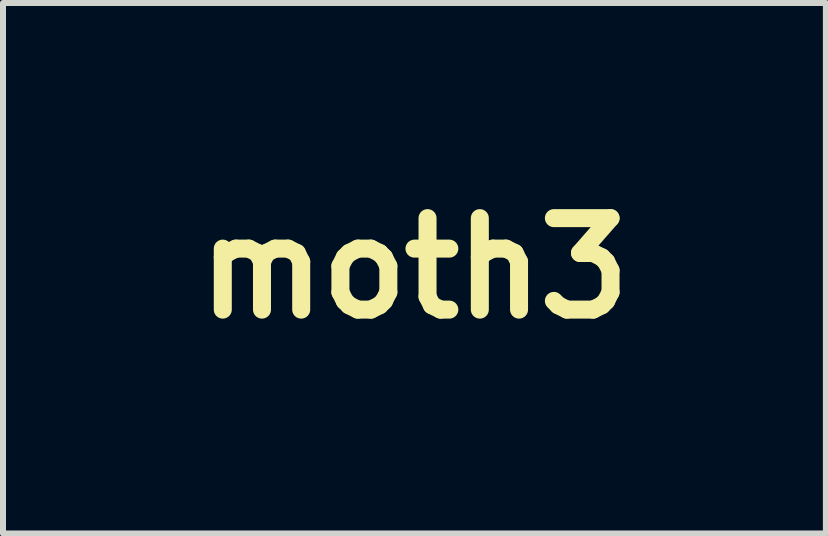
<source format=kicad_pcb>
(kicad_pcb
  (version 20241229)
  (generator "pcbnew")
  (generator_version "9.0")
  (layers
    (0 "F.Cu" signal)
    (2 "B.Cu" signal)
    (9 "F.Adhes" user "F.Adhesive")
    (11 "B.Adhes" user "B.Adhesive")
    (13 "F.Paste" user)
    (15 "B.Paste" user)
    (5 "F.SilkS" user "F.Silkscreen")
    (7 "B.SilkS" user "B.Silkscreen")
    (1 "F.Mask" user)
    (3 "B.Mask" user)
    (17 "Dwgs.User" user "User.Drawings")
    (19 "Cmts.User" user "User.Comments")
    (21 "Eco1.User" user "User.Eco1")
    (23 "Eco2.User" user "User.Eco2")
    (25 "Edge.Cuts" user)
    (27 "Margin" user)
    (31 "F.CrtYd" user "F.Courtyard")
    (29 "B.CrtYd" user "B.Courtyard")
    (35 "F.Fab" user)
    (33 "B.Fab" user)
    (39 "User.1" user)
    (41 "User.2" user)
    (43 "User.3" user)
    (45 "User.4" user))
  (footprint "moth3"
    (layer "F.Cu")
    (at 3.854 1.418)
    (property "Reference" "moth3" (at 0 0 0) (layer "F.SilkS") (effects (font (size 1.524 1.524) (thickness 0.3))))
    (attr through_hole)
    (fp_poly (pts (xy -0.318 -0.399) (xy -0.321 -0.395) (xy -0.325 -0.399) (xy -0.321 -0.402) (xy -0.318 -0.399)) (stroke (width 0.01) (type solid)) (fill no) (layer "Eco2.User"))
    (fp_poly (pts (xy -0.296 -0.3) (xy -0.3 -0.296) (xy -0.303 -0.3) (xy -0.3 -0.303) (xy -0.296 -0.3)) (stroke (width 0.01) (type solid)) (fill no) (layer "Eco2.User"))
    (fp_poly (pts (xy -0.275 -0.222) (xy -0.279 -0.219) (xy -0.282 -0.222) (xy -0.279 -0.226) (xy -0.275 -0.222)) (stroke (width 0.01) (type solid)) (fill no) (layer "Eco2.User"))
    (fp_poly (pts (xy -0.268 -0.046) (xy -0.272 -0.042) (xy -0.275 -0.046) (xy -0.272 -0.049) (xy -0.268 -0.046)) (stroke (width 0.01) (type solid)) (fill no) (layer "Eco2.User"))
    (fp_poly (pts (xy -0.094 -0.717) (xy -0.095 -0.713) (xy -0.099 -0.713) (xy -0.105 -0.715) (xy -0.103 -0.717) (xy -0.095 -0.718) (xy -0.094 -0.717)) (stroke (width 0.01) (type solid)) (fill no) (layer "Eco2.User"))
    (fp_poly (pts (xy 0.266 -0.103) (xy 0.265 -0.099) (xy 0.261 -0.099) (xy 0.255 -0.101) (xy 0.256 -0.103) (xy 0.265 -0.104) (xy 0.266 -0.103)) (stroke (width 0.01) (type solid)) (fill no) (layer "Eco2.User"))
    (fp_poly (pts (xy 0.287 -0.188) (xy 0.285 -0.185) (xy 0.278 -0.184) (xy 0.271 -0.186) (xy 0.274 -0.188) (xy 0.285 -0.189) (xy 0.287 -0.188)) (stroke (width 0.01) (type solid)) (fill no) (layer "Eco2.User"))
    (fp_poly (pts (xy 0.301 -0.238) (xy 0.3 -0.233) (xy 0.296 -0.233) (xy 0.291 -0.235) (xy 0.292 -0.238) (xy 0.3 -0.238) (xy 0.301 -0.238)) (stroke (width 0.01) (type solid)) (fill no) (layer "Eco2.User"))
    (fp_poly (pts (xy 0.323 -0.371) (xy 0.321 -0.368) (xy 0.313 -0.367) (xy 0.306 -0.369) (xy 0.309 -0.372) (xy 0.32 -0.373) (xy 0.323 -0.371)) (stroke (width 0.01) (type solid)) (fill no) (layer "Eco2.User"))
    (fp_poly (pts (xy -0.305 -0.375) (xy -0.303 -0.367) (xy -0.307 -0.355) (xy -0.316 -0.354) (xy -0.32 -0.357) (xy -0.325 -0.369) (xy -0.321 -0.379) (xy -0.314 -0.381) (xy -0.305 -0.375)) (stroke (width 0.01) (type solid)) (fill no) (layer "Eco2.User"))
    (fp_poly (pts (xy -0.304 -0.333) (xy -0.303 -0.332) (xy -0.309 -0.325) (xy -0.31 -0.325) (xy -0.317 -0.33) (xy -0.318 -0.332) (xy -0.312 -0.338) (xy -0.31 -0.339) (xy -0.304 -0.333)) (stroke (width 0.01) (type solid)) (fill no) (layer "Eco2.User"))
    (fp_poly (pts (xy -0.245 -0.076) (xy -0.25 -0.064) (xy -0.257 -0.053) (xy -0.261 -0.054) (xy -0.264 -0.06) (xy -0.264 -0.074) (xy -0.257 -0.083) (xy -0.248 -0.084) (xy -0.245 -0.076)) (stroke (width 0.01) (type solid)) (fill no) (layer "Eco2.User"))
    (fp_poly (pts (xy -0.231 -0.119) (xy -0.226 -0.114) (xy -0.231 -0.106) (xy -0.243 -0.102) (xy -0.25 -0.104) (xy -0.251 -0.112) (xy -0.25 -0.114) (xy -0.241 -0.119) (xy -0.231 -0.119)) (stroke (width 0.01) (type solid)) (fill no) (layer "Eco2.User"))
    (fp_poly (pts (xy 0.281 -0.079) (xy 0.282 -0.074) (xy 0.279 -0.065) (xy 0.276 -0.064) (xy 0.268 -0.069) (xy 0.266 -0.074) (xy 0.267 -0.083) (xy 0.272 -0.085) (xy 0.281 -0.079)) (stroke (width 0.01) (type solid)) (fill no) (layer "Eco2.User"))
    (fp_poly (pts (xy 0.296 -0.213) (xy 0.296 -0.212) (xy 0.291 -0.205) (xy 0.289 -0.205) (xy 0.282 -0.21) (xy 0.282 -0.212) (xy 0.288 -0.219) (xy 0.289 -0.219) (xy 0.296 -0.213)) (stroke (width 0.01) (type solid)) (fill no) (layer "Eco2.User"))
    (fp_poly (pts (xy 0.315 -0.265) (xy 0.314 -0.261) (xy 0.305 -0.254) (xy 0.303 -0.254) (xy 0.297 -0.259) (xy 0.296 -0.261) (xy 0.302 -0.267) (xy 0.307 -0.268) (xy 0.315 -0.265)) (stroke (width 0.01) (type solid)) (fill no) (layer "Eco2.User"))
    (fp_poly (pts (xy -0.292 -0.275) (xy -0.286 -0.265) (xy -0.287 -0.251) (xy -0.289 -0.247) (xy -0.296 -0.244) (xy -0.303 -0.25) (xy -0.309 -0.259) (xy -0.303 -0.261) (xy -0.302 -0.261) (xy -0.296 -0.262) (xy -0.302 -0.267) (xy -0.308 -0.273) (xy -0.301 -0.277) (xy -0.292 -0.275)) (stroke (width 0.01) (type solid)) (fill no) (layer "Eco2.User"))
    (fp_poly (pts (xy 0.034 -0.726) (xy 0.048 -0.725) (xy 0.057 -0.724) (xy 0.053 -0.723) (xy 0.038 -0.723) (xy 0.012 -0.722) (xy 0.007 -0.722) (xy -0.02 -0.723) (xy -0.037 -0.723) (xy -0.043 -0.724) (xy -0.036 -0.725) (xy -0.034 -0.725) (xy -0.001 -0.726) (xy 0.034 -0.726)) (stroke (width 0.01) (type solid)) (fill no) (layer "Eco2.User"))
    (fp_poly (pts (xy 0.322 -0.35) (xy 0.323 -0.349) (xy 0.323 -0.343) (xy 0.319 -0.341) (xy 0.314 -0.335) (xy 0.318 -0.328) (xy 0.322 -0.315) (xy 0.317 -0.305) (xy 0.31 -0.303) (xy 0.305 -0.31) (xy 0.303 -0.324) (xy 0.306 -0.341) (xy 0.313 -0.351) (xy 0.322 -0.35)) (stroke (width 0.01) (type solid)) (fill no) (layer "Eco2.User"))
    (fp_poly (pts (xy 0.036 -0.182) (xy 0.04 -0.182) (xy 0.087 -0.179) (xy 0.122 -0.175) (xy 0.145 -0.169) (xy 0.148 -0.167) (xy 0.173 -0.156) (xy 0.145 -0.161) (xy 0.125 -0.163) (xy 0.096 -0.164) (xy 0.061 -0.165) (xy 0.022 -0.166) (xy -0.016 -0.165) (xy -0.05 -0.164) (xy -0.078 -0.163) (xy -0.096 -0.161) (xy -0.099 -0.16) (xy -0.111 -0.157) (xy -0.11 -0.159) (xy -0.103 -0.165) (xy -0.089 -0.174) (xy -0.071 -0.179) (xy -0.045 -0.182) (xy -0.011 -0.183) (xy 0.036 -0.182)) (stroke (width 0.01) (type solid)) (fill no) (layer "Eco2.User"))
    (fp_poly (pts (xy -2.067 -1.196) (xy -1.954 -1.183) (xy -1.833 -1.162) (xy -1.701 -1.131) (xy -1.559 -1.091) (xy -1.407 -1.043) (xy -1.298 -1.005) (xy -1.25 -0.988) (xy -1.192 -0.968) (xy -1.131 -0.946) (xy -1.07 -0.925) (xy -1.015 -0.906) (xy -1.012 -0.905) (xy -0.878 -0.855) (xy -0.741 -0.795) (xy -0.606 -0.726) (xy -0.476 -0.652) (xy -0.397 -0.602) (xy -0.367 -0.583) (xy -0.341 -0.566) (xy -0.321 -0.553) (xy -0.309 -0.547) (xy -0.308 -0.546) (xy -0.3 -0.55) (xy -0.291 -0.568) (xy -0.286 -0.579) (xy -0.279 -0.6) (xy -0.277 -0.612) (xy -0.28 -0.621) (xy -0.288 -0.63) (xy -0.3 -0.646) (xy -0.315 -0.667) (xy -0.32 -0.675) (xy -0.337 -0.697) (xy -0.358 -0.716) (xy -0.365 -0.72) (xy -0.402 -0.746) (xy -0.432 -0.777) (xy -0.454 -0.808) (xy -0.462 -0.825) (xy -0.468 -0.846) (xy -0.475 -0.875) (xy -0.477 -0.881) (xy -0.456 -0.881) (xy -0.452 -0.864) (xy -0.448 -0.848) (xy -0.429 -0.807) (xy -0.4 -0.772) (xy -0.358 -0.742) (xy -0.356 -0.74) (xy -0.329 -0.722) (xy -0.31 -0.703) (xy -0.306 -0.696) (xy -0.293 -0.673) (xy -0.28 -0.653) (xy -0.269 -0.64) (xy -0.262 -0.635) (xy -0.255 -0.641) (xy -0.244 -0.653) (xy -0.241 -0.657) (xy -0.224 -0.678) (xy -0.239 -0.694) (xy -0.252 -0.705) (xy -0.274 -0.719) (xy -0.301 -0.736) (xy -0.322 -0.748) (xy -0.363 -0.772) (xy -0.393 -0.793) (xy -0.415 -0.813) (xy -0.43 -0.834) (xy -0.441 -0.857) (xy -0.45 -0.878) (xy -0.455 -0.886) (xy -0.456 -0.881) (xy -0.477 -0.881) (xy -0.484 -0.91) (xy -0.49 -0.935) (xy -0.498 -0.97) (xy -0.507 -1.003) (xy -0.51 -1.016) (xy -0.487 -1.016) (xy -0.484 -1.01) (xy -0.482 -1.011) (xy -0.481 -1.02) (xy -0.482 -1.021) (xy -0.486 -1.02) (xy -0.487 -1.016) (xy -0.51 -1.016) (xy -0.514 -1.03) (xy -0.516 -1.037) (xy -0.494 -1.037) (xy -0.491 -1.031) (xy -0.489 -1.032) (xy -0.488 -1.041) (xy -0.489 -1.042) (xy -0.493 -1.041) (xy -0.494 -1.037) (xy -0.516 -1.037) (xy -0.518 -1.044) (xy -0.525 -1.064) (xy -0.529 -1.08) (xy -0.529 -1.084) (xy -0.524 -1.092) (xy -0.512 -1.093) (xy -0.497 -1.085) (xy -0.489 -1.078) (xy -0.478 -1.065) (xy -0.47 -1.05) (xy -0.462 -1.029) (xy -0.454 -1) (xy -0.445 -0.96) (xy -0.444 -0.957) (xy -0.432 -0.909) (xy -0.421 -0.872) (xy -0.409 -0.844) (xy -0.393 -0.822) (xy -0.373 -0.803) (xy -0.346 -0.784) (xy -0.313 -0.766) (xy -0.286 -0.749) (xy -0.259 -0.731) (xy -0.239 -0.714) (xy -0.238 -0.714) (xy -0.222 -0.701) (xy -0.211 -0.694) (xy -0.207 -0.694) (xy -0.204 -0.704) (xy -0.203 -0.723) (xy -0.204 -0.744) (xy -0.203 -0.778) (xy -0.197 -0.806) (xy -0.191 -0.822) (xy -0.183 -0.841) (xy -0.177 -0.854) (xy -0.176 -0.857) (xy -0.182 -0.86) (xy -0.197 -0.863) (xy -0.199 -0.864) (xy -0.221 -0.871) (xy -0.242 -0.882) (xy -0.259 -0.894) (xy -0.224 -0.894) (xy -0.219 -0.888) (xy -0.216 -0.885) (xy -0.2 -0.877) (xy -0.191 -0.875) (xy -0.185 -0.877) (xy -0.19 -0.883) (xy -0.194 -0.886) (xy -0.209 -0.894) (xy -0.218 -0.896) (xy -0.224 -0.894) (xy -0.259 -0.894) (xy -0.26 -0.895) (xy -0.268 -0.903) (xy -0.185 -0.903) (xy -0.182 -0.897) (xy -0.174 -0.893) (xy -0.17 -0.899) (xy -0.171 -0.912) (xy -0.173 -0.915) (xy -0.177 -0.923) (xy -0.183 -0.918) (xy -0.183 -0.917) (xy -0.185 -0.903) (xy -0.268 -0.903) (xy -0.271 -0.907) (xy -0.219 -0.907) (xy -0.215 -0.903) (xy -0.212 -0.907) (xy -0.215 -0.91) (xy -0.219 -0.907) (xy -0.271 -0.907) (xy -0.271 -0.907) (xy -0.272 -0.914) (xy -0.273 -0.925) (xy -0.279 -0.945) (xy -0.289 -0.971) (xy -0.297 -0.99) (xy -0.31 -1.021) (xy -0.323 -1.052) (xy -0.332 -1.076) (xy -0.335 -1.085) (xy -0.315 -1.085) (xy -0.314 -1.076) (xy -0.308 -1.067) (xy -0.299 -1.051) (xy -0.292 -1.03) (xy -0.292 -1.03) (xy -0.285 -1.008) (xy -0.274 -0.991) (xy -0.274 -0.991) (xy -0.266 -0.979) (xy -0.265 -0.972) (xy -0.264 -0.964) (xy -0.258 -0.95) (xy -0.248 -0.935) (xy -0.238 -0.924) (xy -0.237 -0.923) (xy -0.229 -0.921) (xy -0.228 -0.928) (xy -0.233 -0.941) (xy -0.239 -0.95) (xy -0.245 -0.962) (xy -0.217 -0.962) (xy -0.216 -0.951) (xy -0.211 -0.937) (xy -0.204 -0.926) (xy -0.201 -0.924) (xy -0.201 -0.93) (xy -0.205 -0.944) (xy -0.206 -0.947) (xy -0.212 -0.96) (xy -0.216 -0.963) (xy -0.217 -0.962) (xy -0.245 -0.962) (xy -0.249 -0.968) (xy -0.26 -0.991) (xy -0.24 -0.991) (xy -0.236 -0.988) (xy -0.233 -0.991) (xy -0.236 -0.995) (xy -0.24 -0.991) (xy -0.26 -0.991) (xy -0.26 -0.993) (xy -0.268 -1.012) (xy -0.28 -1.042) (xy -0.292 -1.065) (xy -0.303 -1.081) (xy -0.312 -1.086) (xy -0.315 -1.085) (xy -0.335 -1.085) (xy -0.335 -1.085) (xy -0.344 -1.108) (xy -0.354 -1.129) (xy -0.356 -1.133) (xy -0.364 -1.148) (xy -0.365 -1.159) (xy -0.36 -1.157) (xy -0.347 -1.147) (xy -0.328 -1.131) (xy -0.307 -1.111) (xy -0.284 -1.089) (xy -0.262 -1.068) (xy -0.244 -1.048) (xy -0.231 -1.033) (xy -0.226 -1.025) (xy -0.226 -1.024) (xy -0.221 -1.015) (xy -0.209 -1.001) (xy -0.193 -0.985) (xy -0.178 -0.972) (xy -0.17 -0.967) (xy -0.164 -0.957) (xy -0.159 -0.939) (xy -0.157 -0.928) (xy -0.153 -0.895) (xy -0.124 -0.923) (xy -0.09 -0.953) (xy -0.058 -0.975) (xy -0.031 -0.986) (xy -0.02 -0.988) (xy -0.006 -0.985) (xy 0.012 -0.974) (xy 0.037 -0.955) (xy 0.054 -0.941) (xy 0.079 -0.919) (xy 0.097 -0.906) (xy 0.108 -0.902) (xy 0.113 -0.903) (xy 0.114 -0.904) (xy 0.119 -0.917) (xy 0.12 -0.922) (xy 0.122 -0.926) (xy 0.166 -0.926) (xy 0.169 -0.924) (xy 0.177 -0.93) (xy 0.183 -0.938) (xy 0.19 -0.953) (xy 0.188 -0.958) (xy 0.183 -0.956) (xy 0.175 -0.947) (xy 0.168 -0.936) (xy 0.166 -0.926) (xy 0.122 -0.926) (xy 0.125 -0.931) (xy 0.137 -0.945) (xy 0.14 -0.947) (xy 0.156 -0.963) (xy 0.168 -0.979) (xy 0.169 -0.98) (xy 0.177 -0.99) (xy 0.183 -0.991) (xy 0.19 -0.994) (xy 0.198 -1.006) (xy 0.201 -1.012) (xy 0.255 -1.012) (xy 0.256 -1.006) (xy 0.261 -1.011) (xy 0.265 -1.02) (xy 0.272 -1.037) (xy 0.275 -1.051) (xy 0.275 -1.051) (xy 0.272 -1.054) (xy 0.265 -1.045) (xy 0.265 -1.044) (xy 0.257 -1.026) (xy 0.255 -1.012) (xy 0.201 -1.012) (xy 0.205 -1.02) (xy 0.226 -1.02) (xy 0.229 -1.016) (xy 0.233 -1.02) (xy 0.229 -1.023) (xy 0.226 -1.02) (xy 0.205 -1.02) (xy 0.206 -1.023) (xy 0.21 -1.037) (xy 0.233 -1.037) (xy 0.235 -1.03) (xy 0.24 -1.036) (xy 0.243 -1.041) (xy 0.243 -1.048) (xy 0.24 -1.048) (xy 0.233 -1.039) (xy 0.233 -1.037) (xy 0.21 -1.037) (xy 0.211 -1.039) (xy 0.212 -1.045) (xy 0.215 -1.056) (xy 0.218 -1.058) (xy 0.225 -1.064) (xy 0.229 -1.073) (xy 0.231 -1.077) (xy 0.276 -1.077) (xy 0.277 -1.067) (xy 0.279 -1.067) (xy 0.281 -1.077) (xy 0.28 -1.081) (xy 0.277 -1.083) (xy 0.276 -1.077) (xy 0.231 -1.077) (xy 0.235 -1.083) (xy 0.238 -1.083) (xy 0.245 -1.086) (xy 0.258 -1.095) (xy 0.269 -1.105) (xy 0.285 -1.119) (xy 0.296 -1.127) (xy 0.3 -1.127) (xy 0.301 -1.119) (xy 0.299 -1.101) (xy 0.296 -1.082) (xy 0.291 -1.056) (xy 0.288 -1.032) (xy 0.286 -1.021) (xy 0.282 -1.003) (xy 0.276 -0.993) (xy 0.27 -0.98) (xy 0.268 -0.967) (xy 0.262 -0.947) (xy 0.247 -0.928) (xy 0.234 -0.913) (xy 0.226 -0.901) (xy 0.226 -0.898) (xy 0.219 -0.888) (xy 0.202 -0.878) (xy 0.178 -0.869) (xy 0.161 -0.865) (xy 0.135 -0.86) (xy 0.149 -0.83) (xy 0.158 -0.803) (xy 0.163 -0.773) (xy 0.164 -0.767) (xy 0.166 -0.747) (xy 0.168 -0.736) (xy 0.169 -0.734) (xy 0.176 -0.739) (xy 0.189 -0.75) (xy 0.197 -0.758) (xy 0.214 -0.772) (xy 0.239 -0.79) (xy 0.268 -0.808) (xy 0.28 -0.815) (xy 0.324 -0.843) (xy 0.356 -0.869) (xy 0.376 -0.896) (xy 0.387 -0.922) (xy 0.392 -0.94) (xy 0.399 -0.968) (xy 0.407 -1) (xy 0.414 -1.026) (xy 0.424 -1.06) (xy 0.446 -1.06) (xy 0.45 -1.063) (xy 0.452 -1.065) (xy 0.457 -1.08) (xy 0.458 -1.087) (xy 0.456 -1.091) (xy 0.452 -1.083) (xy 0.446 -1.068) (xy 0.446 -1.06) (xy 0.424 -1.06) (xy 0.428 -1.075) (xy 0.44 -1.104) (xy 0.459 -1.104) (xy 0.462 -1.101) (xy 0.466 -1.104) (xy 0.462 -1.108) (xy 0.459 -1.104) (xy 0.44 -1.104) (xy 0.443 -1.11) (xy 0.459 -1.133) (xy 0.475 -1.142) (xy 0.48 -1.143) (xy 0.489 -1.141) (xy 0.493 -1.135) (xy 0.492 -1.121) (xy 0.485 -1.097) (xy 0.48 -1.082) (xy 0.473 -1.056) (xy 0.464 -1.022) (xy 0.455 -0.986) (xy 0.452 -0.974) (xy 0.444 -0.94) (xy 0.436 -0.908) (xy 0.429 -0.882) (xy 0.426 -0.874) (xy 0.411 -0.844) (xy 0.384 -0.812) (xy 0.35 -0.783) (xy 0.329 -0.769) (xy 0.31 -0.753) (xy 0.29 -0.731) (xy 0.281 -0.719) (xy 0.267 -0.698) (xy 0.253 -0.681) (xy 0.246 -0.675) (xy 0.239 -0.669) (xy 0.237 -0.662) (xy 0.242 -0.652) (xy 0.254 -0.635) (xy 0.261 -0.627) (xy 0.278 -0.601) (xy 0.293 -0.573) (xy 0.301 -0.555) (xy 0.308 -0.536) (xy 0.313 -0.528) (xy 0.318 -0.53) (xy 0.32 -0.532) (xy 0.331 -0.543) (xy 0.353 -0.559) (xy 0.383 -0.58) (xy 0.419 -0.604) (xy 0.46 -0.63) (xy 0.502 -0.656) (xy 0.545 -0.681) (xy 0.586 -0.704) (xy 0.594 -0.708) (xy 0.699 -0.763) (xy 0.794 -0.81) (xy 0.879 -0.848) (xy 0.953 -0.878) (xy 0.988 -0.89) (xy 1.034 -0.905) (xy 1.084 -0.922) (xy 1.133 -0.939) (xy 1.175 -0.954) (xy 1.178 -0.955) (xy 1.26 -0.984) (xy 1.331 -1.009) (xy 1.391 -1.03) (xy 1.443 -1.048) (xy 1.489 -1.063) (xy 1.529 -1.076) (xy 1.566 -1.087) (xy 1.602 -1.097) (xy 1.627 -1.104) (xy 1.713 -1.128) (xy 1.789 -1.147) (xy 1.856 -1.162) (xy 1.917 -1.174) (xy 1.973 -1.183) (xy 2.029 -1.19) (xy 2.085 -1.194) (xy 2.144 -1.197) (xy 2.155 -1.197) (xy 2.202 -1.198) (xy 2.238 -1.199) (xy 2.267 -1.198) (xy 2.291 -1.196) (xy 2.315 -1.193) (xy 2.343 -1.187) (xy 2.367 -1.182) (xy 2.443 -1.162) (xy 2.505 -1.141) (xy 2.553 -1.118) (xy 2.587 -1.093) (xy 2.607 -1.067) (xy 2.608 -1.066) (xy 2.616 -1.033) (xy 2.613 -0.992) (xy 2.6 -0.944) (xy 2.577 -0.89) (xy 2.544 -0.83) (xy 2.501 -0.766) (xy 2.449 -0.698) (xy 2.398 -0.637) (xy 2.371 -0.606) (xy 2.343 -0.573) (xy 2.319 -0.544) (xy 2.303 -0.524) (xy 2.284 -0.502) (xy 2.259 -0.473) (xy 2.23 -0.441) (xy 2.2 -0.408) (xy 2.191 -0.399) (xy 2.161 -0.367) (xy 2.138 -0.344) (xy 2.118 -0.326) (xy 2.1 -0.313) (xy 2.079 -0.301) (xy 2.055 -0.289) (xy 2.013 -0.27) (xy 1.98 -0.255) (xy 1.951 -0.245) (xy 1.921 -0.237) (xy 1.888 -0.23) (xy 1.88 -0.228) (xy 1.847 -0.223) (xy 1.802 -0.218) (xy 1.751 -0.213) (xy 1.695 -0.208) (xy 1.64 -0.204) (xy 1.587 -0.2) (xy 1.54 -0.198) (xy 1.512 -0.198) (xy 1.479 -0.197) (xy 1.457 -0.194) (xy 1.447 -0.191) (xy 1.449 -0.186) (xy 1.464 -0.181) (xy 1.491 -0.17) (xy 1.527 -0.151) (xy 1.568 -0.125) (xy 1.613 -0.094) (xy 1.659 -0.058) (xy 1.705 -0.02) (xy 1.748 0.018) (xy 1.762 0.032) (xy 1.796 0.066) (xy 1.82 0.093) (xy 1.837 0.116) (xy 1.848 0.137) (xy 1.853 0.158) (xy 1.855 0.182) (xy 1.856 0.192) (xy 1.85 0.221) (xy 1.832 0.256) (xy 1.802 0.298) (xy 1.76 0.347) (xy 1.707 0.403) (xy 1.701 0.409) (xy 1.653 0.455) (xy 1.611 0.491) (xy 1.571 0.52) (xy 1.53 0.545) (xy 1.485 0.568) (xy 1.462 0.577) (xy 1.433 0.588) (xy 1.404 0.598) (xy 1.382 0.603) (xy 1.354 0.607) (xy 1.325 0.613) (xy 1.319 0.614) (xy 1.288 0.619) (xy 1.245 0.625) (xy 1.196 0.63) (xy 1.142 0.634) (xy 1.088 0.638) (xy 1.037 0.641) (xy 0.993 0.642) (xy 0.984 0.642) (xy 0.915 0.64) (xy 0.858 0.635) (xy 0.807 0.625) (xy 0.761 0.61) (xy 0.716 0.588) (xy 0.668 0.56) (xy 0.661 0.555) (xy 0.609 0.515) (xy 0.555 0.466) (xy 0.504 0.411) (xy 0.46 0.355) (xy 0.452 0.343) (xy 0.433 0.318) (xy 0.411 0.29) (xy 0.4 0.276) (xy 0.37 0.243) (xy 0.37 0.423) (xy 0.37 0.483) (xy 0.37 0.53) (xy 0.369 0.568) (xy 0.367 0.598) (xy 0.364 0.623) (xy 0.361 0.646) (xy 0.357 0.663) (xy 0.342 0.73) (xy 0.327 0.787) (xy 0.312 0.837) (xy 0.295 0.886) (xy 0.274 0.935) (xy 0.248 0.99) (xy 0.221 1.046) (xy 0.19 1.105) (xy 0.16 1.159) (xy 0.132 1.205) (xy 0.106 1.242) (xy 0.085 1.269) (xy 0.078 1.275) (xy 0.041 1.301) (xy 0.001 1.314) (xy -0.039 1.315) (xy -0.042 1.314) (xy -0.061 1.307) (xy -0.085 1.291) (xy -0.114 1.269) (xy -0.143 1.242) (xy -0.168 1.217) (xy -0.19 1.19) (xy -0.214 1.154) (xy -0.239 1.113) (xy -0.263 1.07) (xy -0.284 1.029) (xy -0.295 1.002) (xy -0.319 0.931) (xy -0.34 0.852) (xy -0.356 0.773) (xy -0.365 0.717) (xy -0.369 0.672) (xy -0.372 0.618) (xy -0.374 0.558) (xy -0.375 0.495) (xy -0.375 0.434) (xy -0.374 0.378) (xy -0.372 0.331) (xy -0.37 0.314) (xy -0.368 0.289) (xy -0.367 0.275) (xy -0.37 0.271) (xy -0.375 0.273) (xy -0.378 0.275) (xy -0.387 0.286) (xy -0.402 0.304) (xy -0.42 0.328) (xy -0.428 0.34) (xy -0.46 0.382) (xy -0.499 0.426) (xy -0.541 0.47) (xy -0.583 0.51) (xy -0.624 0.543) (xy -0.657 0.567) (xy -0.701 0.592) (xy -0.741 0.611) (xy -0.781 0.624) (xy -0.825 0.633) (xy -0.876 0.638) (xy -0.924 0.64) (xy -0.969 0.641) (xy -1.021 0.64) (xy -1.077 0.637) (xy -1.133 0.634) (xy -1.187 0.629) (xy -1.235 0.624) (xy -1.275 0.619) (xy -1.298 0.614) (xy -1.321 0.609) (xy -1.348 0.605) (xy -1.357 0.603) (xy -1.391 0.595) (xy -1.434 0.58) (xy -1.481 0.559) (xy -1.529 0.533) (xy -1.54 0.527) (xy -1.566 0.509) (xy -1.598 0.484) (xy -1.633 0.454) (xy -1.67 0.42) (xy -1.705 0.386) (xy -1.736 0.355) (xy -1.759 0.328) (xy -1.768 0.316) (xy -1.78 0.298) (xy -1.79 0.286) (xy -1.793 0.282) (xy -1.798 0.275) (xy -1.808 0.259) (xy -1.817 0.245) (xy -1.828 0.222) (xy -1.833 0.203) (xy -1.833 0.187) (xy -1.813 0.187) (xy -1.812 0.204) (xy -1.808 0.219) (xy -1.8 0.236) (xy -1.785 0.258) (xy -1.762 0.287) (xy -1.76 0.29) (xy -1.721 0.335) (xy -1.679 0.38) (xy -1.634 0.423) (xy -1.59 0.462) (xy -1.548 0.495) (xy -1.51 0.52) (xy -1.479 0.536) (xy -1.461 0.543) (xy -1.438 0.553) (xy -1.428 0.558) (xy -1.395 0.569) (xy -1.349 0.58) (xy -1.295 0.59) (xy -1.233 0.598) (xy -1.167 0.605) (xy -1.099 0.609) (xy -1.031 0.612) (xy -0.966 0.613) (xy -0.906 0.612) (xy -0.854 0.608) (xy -0.822 0.603) (xy -0.766 0.589) (xy -0.71 0.565) (xy -0.652 0.529) (xy -0.62 0.507) (xy -0.576 0.471) (xy -0.533 0.43) (xy -0.489 0.381) (xy -0.442 0.322) (xy -0.419 0.293) (xy -0.395 0.261) (xy -0.378 0.237) (xy -0.366 0.216) (xy -0.357 0.196) (xy -0.349 0.172) (xy -0.34 0.14) (xy -0.335 0.122) (xy -0.326 0.088) (xy -0.318 0.057) (xy -0.311 0.034) (xy -0.307 0.02) (xy -0.307 0.019) (xy -0.306 0.009) (xy -0.31 0.007) (xy -0.317 0.002) (xy -0.318 0) (xy -0.312 -0.006) (xy -0.306 -0.007) (xy -0.299 -0.009) (xy -0.302 -0.015) (xy -0.309 -0.023) (xy -0.322 -0.039) (xy -0.323 -0.047) (xy -0.314 -0.05) (xy -0.312 -0.05) (xy -0.307 -0.052) (xy -0.312 -0.06) (xy -0.323 -0.07) (xy -0.339 -0.085) (xy -0.345 -0.095) (xy -0.342 -0.098) (xy -0.335 -0.096) (xy -0.325 -0.094) (xy -0.326 -0.097) (xy -0.336 -0.104) (xy -0.345 -0.109) (xy -0.366 -0.122) (xy -0.385 -0.137) (xy -0.385 -0.138) (xy -0.405 -0.15) (xy -0.424 -0.155) (xy -0.442 -0.158) (xy -0.447 -0.164) (xy -0.44 -0.172) (xy -0.432 -0.175) (xy -0.419 -0.18) (xy -0.419 -0.182) (xy -0.429 -0.183) (xy -0.441 -0.186) (xy -0.442 -0.194) (xy -0.441 -0.199) (xy -0.444 -0.201) (xy -0.453 -0.201) (xy -0.47 -0.199) (xy -0.497 -0.194) (xy -0.519 -0.19) (xy -0.536 -0.188) (xy -0.566 -0.186) (xy -0.606 -0.184) (xy -0.655 -0.182) (xy -0.711 -0.181) (xy -0.773 -0.18) (xy -0.837 -0.179) (xy -0.904 -0.178) (xy -0.97 -0.178) (xy -1.034 -0.178) (xy -1.094 -0.178) (xy -1.149 -0.179) (xy -1.197 -0.18) (xy -1.235 -0.182) (xy -1.365 -0.188) (xy -1.446 -0.15) (xy -1.537 -0.102) (xy -1.621 -0.048) (xy -1.695 0.012) (xy -1.721 0.037) (xy -1.764 0.083) (xy -1.793 0.124) (xy -1.809 0.16) (xy -1.813 0.187) (xy -1.833 0.187) (xy -1.833 0.18) (xy -1.832 0.173) (xy -1.828 0.147) (xy -1.821 0.124) (xy -1.818 0.115) (xy -1.802 0.092) (xy -1.776 0.063) (xy -1.743 0.031) (xy -1.703 -0.004) (xy -1.66 -0.04) (xy -1.615 -0.075) (xy -1.57 -0.107) (xy -1.527 -0.136) (xy -1.489 -0.158) (xy -1.465 -0.17) (xy -1.444 -0.18) (xy -1.43 -0.188) (xy -1.425 -0.192) (xy -1.432 -0.195) (xy -1.449 -0.196) (xy -1.475 -0.198) (xy -1.49 -0.198) (xy -1.53 -0.199) (xy -1.578 -0.201) (xy -1.632 -0.204) (xy -1.688 -0.209) (xy -1.743 -0.214) (xy -1.793 -0.219) (xy -1.835 -0.225) (xy -1.859 -0.228) (xy -1.894 -0.235) (xy -1.924 -0.243) (xy -1.953 -0.253) (xy -1.985 -0.266) (xy -2.024 -0.285) (xy -2.034 -0.289) (xy -2.059 -0.302) (xy -2.079 -0.314) (xy -2.098 -0.327) (xy -2.118 -0.345) (xy -2.142 -0.369) (xy -2.169 -0.397) (xy -2.199 -0.431) (xy -2.231 -0.466) (xy -2.261 -0.5) (xy -2.285 -0.528) (xy -2.288 -0.533) (xy -2.314 -0.563) (xy -2.344 -0.599) (xy -2.374 -0.634) (xy -2.388 -0.649) (xy -2.425 -0.693) (xy -2.463 -0.743) (xy -2.499 -0.797) (xy -2.532 -0.849) (xy -2.559 -0.897) (xy -2.569 -0.917) (xy -2.582 -0.95) (xy -2.59 -0.977) (xy -2.593 -1.004) (xy -2.593 -1.013) (xy -2.593 -1.013) (xy -2.569 -1.013) (xy -2.565 -0.977) (xy -2.551 -0.934) (xy -2.527 -0.885) (xy -2.494 -0.829) (xy -2.451 -0.766) (xy -2.398 -0.695) (xy -2.335 -0.616) (xy -2.285 -0.557) (xy -2.254 -0.52) (xy -2.216 -0.479) (xy -2.177 -0.438) (xy -2.141 -0.402) (xy -2.137 -0.398) (xy -2.106 -0.369) (xy -2.082 -0.347) (xy -2.063 -0.331) (xy -2.045 -0.319) (xy -2.026 -0.31) (xy -2.003 -0.3) (xy -1.99 -0.295) (xy -1.951 -0.28) (xy -1.917 -0.269) (xy -1.884 -0.26) (xy -1.849 -0.252) (xy -1.809 -0.246) (xy -1.761 -0.24) (xy -1.702 -0.234) (xy -1.697 -0.234) (xy -1.619 -0.226) (xy -1.543 -0.22) (xy -1.468 -0.215) (xy -1.392 -0.211) (xy -1.312 -0.208) (xy -1.226 -0.206) (xy -1.131 -0.204) (xy -1.027 -0.203) (xy -0.935 -0.202) (xy -0.845 -0.202) (xy -0.768 -0.203) (xy -0.702 -0.203) (xy -0.647 -0.204) (xy -0.601 -0.206) (xy -0.563 -0.209) (xy -0.531 -0.212) (xy -0.505 -0.216) (xy -0.482 -0.222) (xy -0.462 -0.228) (xy -0.445 -0.235) (xy -0.42 -0.246) (xy -0.472 -0.246) (xy -0.5 -0.247) (xy -0.515 -0.25) (xy -0.521 -0.254) (xy -0.52 -0.256) (xy -0.512 -0.262) (xy -0.495 -0.268) (xy -0.49 -0.269) (xy -0.464 -0.275) (xy -0.438 -0.284) (xy -0.417 -0.294) (xy -0.406 -0.303) (xy -0.406 -0.308) (xy -0.417 -0.309) (xy -0.433 -0.307) (xy -0.456 -0.306) (xy -0.466 -0.31) (xy -0.463 -0.32) (xy -0.446 -0.333) (xy -0.443 -0.335) (xy -0.429 -0.345) (xy -0.429 -0.35) (xy -0.431 -0.351) (xy -0.449 -0.356) (xy -0.456 -0.361) (xy -0.455 -0.366) (xy -0.452 -0.37) (xy -0.439 -0.379) (xy -0.42 -0.388) (xy -0.416 -0.389) (xy -0.389 -0.397) (xy -0.403 -0.419) (xy -0.412 -0.435) (xy -0.416 -0.445) (xy -0.416 -0.446) (xy -0.411 -0.451) (xy -0.4 -0.45) (xy -0.389 -0.442) (xy -0.388 -0.441) (xy -0.376 -0.433) (xy -0.357 -0.426) (xy -0.356 -0.426) (xy -0.34 -0.421) (xy -0.332 -0.415) (xy -0.332 -0.415) (xy -0.338 -0.411) (xy -0.352 -0.411) (xy -0.366 -0.413) (xy -0.371 -0.407) (xy -0.371 -0.4) (xy -0.375 -0.387) (xy -0.387 -0.382) (xy -0.398 -0.379) (xy -0.396 -0.372) (xy -0.395 -0.37) (xy -0.392 -0.361) (xy -0.398 -0.351) (xy -0.407 -0.342) (xy -0.427 -0.325) (xy -0.397 -0.329) (xy -0.376 -0.33) (xy -0.367 -0.324) (xy -0.37 -0.314) (xy -0.386 -0.299) (xy -0.399 -0.289) (xy -0.416 -0.277) (xy -0.428 -0.268) (xy -0.43 -0.265) (xy -0.424 -0.265) (xy -0.41 -0.268) (xy -0.405 -0.269) (xy -0.385 -0.273) (xy -0.37 -0.274) (xy -0.369 -0.274) (xy -0.361 -0.271) (xy -0.364 -0.265) (xy -0.37 -0.259) (xy -0.378 -0.25) (xy -0.375 -0.247) (xy -0.371 -0.247) (xy -0.361 -0.244) (xy -0.363 -0.236) (xy -0.376 -0.224) (xy -0.392 -0.215) (xy -0.409 -0.204) (xy -0.421 -0.195) (xy -0.423 -0.193) (xy -0.417 -0.192) (xy -0.402 -0.193) (xy -0.395 -0.194) (xy -0.376 -0.195) (xy -0.367 -0.191) (xy -0.37 -0.183) (xy -0.379 -0.177) (xy -0.384 -0.172) (xy -0.378 -0.17) (xy -0.362 -0.17) (xy -0.34 -0.168) (xy -0.332 -0.163) (xy -0.336 -0.154) (xy -0.34 -0.15) (xy -0.342 -0.143) (xy -0.333 -0.138) (xy -0.329 -0.137) (xy -0.315 -0.131) (xy -0.312 -0.12) (xy -0.313 -0.119) (xy -0.311 -0.107) (xy -0.306 -0.103) (xy -0.298 -0.093) (xy -0.297 -0.086) (xy -0.296 -0.069) (xy -0.293 -0.062) (xy -0.293 -0.045) (xy -0.296 -0.039) (xy -0.301 -0.029) (xy -0.292 -0.027) (xy -0.288 -0.027) (xy -0.28 -0.023) (xy -0.276 -0.018) (xy -0.273 -0.009) (xy -0.275 0.009) (xy -0.282 0.032) (xy -0.294 0.07) (xy -0.307 0.119) (xy -0.321 0.174) (xy -0.334 0.234) (xy -0.336 0.243) (xy -0.341 0.276) (xy -0.345 0.32) (xy -0.348 0.372) (xy -0.35 0.429) (xy -0.351 0.488) (xy -0.351 0.546) (xy -0.35 0.6) (xy -0.347 0.647) (xy -0.346 0.652) (xy -0.339 0.726) (xy -0.33 0.79) (xy -0.319 0.845) (xy -0.306 0.896) (xy -0.288 0.946) (xy -0.267 0.998) (xy -0.244 1.048) (xy -0.205 1.122) (xy -0.165 1.183) (xy -0.127 1.231) (xy -0.089 1.265) (xy -0.051 1.285) (xy -0.014 1.291) (xy 0.022 1.284) (xy 0.033 1.279) (xy 0.058 1.259) (xy 0.086 1.227) (xy 0.118 1.183) (xy 0.151 1.128) (xy 0.187 1.062) (xy 0.213 1.009) (xy 0.255 0.917) (xy 0.288 0.834) (xy 0.314 0.756) (xy 0.332 0.681) (xy 0.344 0.606) (xy 0.35 0.528) (xy 0.35 0.444) (xy 0.349 0.421) (xy 0.345 0.319) (xy 0.338 0.23) (xy 0.328 0.152) (xy 0.317 0.084) (xy 0.302 0.024) (xy 0.29 -0.015) (xy 0.278 -0.051) (xy 0.314 -0.051) (xy 0.319 -0.05) (xy 0.33 -0.046) (xy 0.329 -0.037) (xy 0.321 -0.028) (xy 0.315 -0.016) (xy 0.317 -0.008) (xy 0.321 0.003) (xy 0.327 0.025) (xy 0.334 0.054) (xy 0.342 0.089) (xy 0.343 0.094) (xy 0.351 0.133) (xy 0.359 0.161) (xy 0.367 0.183) (xy 0.376 0.202) (xy 0.389 0.222) (xy 0.398 0.235) (xy 0.457 0.316) (xy 0.513 0.385) (xy 0.569 0.444) (xy 0.624 0.493) (xy 0.68 0.534) (xy 0.711 0.553) (xy 0.757 0.578) (xy 0.799 0.594) (xy 0.843 0.604) (xy 0.857 0.606) (xy 0.895 0.61) (xy 0.943 0.612) (xy 0.998 0.613) (xy 1.056 0.612) (xy 1.113 0.61) (xy 1.167 0.607) (xy 1.21 0.603) (xy 1.28 0.594) (xy 1.337 0.586) (xy 1.383 0.577) (xy 1.419 0.569) (xy 1.446 0.559) (xy 1.451 0.557) (xy 1.508 0.53) (xy 1.556 0.503) (xy 1.599 0.474) (xy 1.641 0.439) (xy 1.686 0.395) (xy 1.689 0.392) (xy 1.72 0.359) (xy 1.751 0.324) (xy 1.78 0.291) (xy 1.804 0.261) (xy 1.821 0.237) (xy 1.826 0.228) (xy 1.835 0.197) (xy 1.83 0.161) (xy 1.812 0.122) (xy 1.781 0.078) (xy 1.743 0.037) (xy 1.673 -0.024) (xy 1.593 -0.081) (xy 1.505 -0.132) (xy 1.467 -0.15) (xy 1.386 -0.188) (xy 1.256 -0.182) (xy 1.209 -0.18) (xy 1.154 -0.179) (xy 1.092 -0.178) (xy 1.026 -0.178) (xy 0.956 -0.178) (xy 0.886 -0.179) (xy 0.817 -0.18) (xy 0.75 -0.181) (xy 0.688 -0.183) (xy 0.632 -0.185) (xy 0.584 -0.188) (xy 0.547 -0.19) (xy 0.522 -0.193) (xy 0.519 -0.194) (xy 0.486 -0.2) (xy 0.465 -0.203) (xy 0.453 -0.204) (xy 0.448 -0.201) (xy 0.448 -0.197) (xy 0.449 -0.194) (xy 0.448 -0.186) (xy 0.436 -0.183) (xy 0.426 -0.182) (xy 0.427 -0.18) (xy 0.439 -0.175) (xy 0.455 -0.167) (xy 0.457 -0.16) (xy 0.446 -0.156) (xy 0.435 -0.155) (xy 0.407 -0.148) (xy 0.392 -0.138) (xy 0.373 -0.122) (xy 0.352 -0.109) (xy 0.352 -0.109) (xy 0.338 -0.101) (xy 0.332 -0.094) (xy 0.334 -0.092) (xy 0.342 -0.094) (xy 0.352 -0.096) (xy 0.35 -0.09) (xy 0.339 -0.077) (xy 0.33 -0.07) (xy 0.317 -0.057) (xy 0.314 -0.051) (xy 0.278 -0.051) (xy 0.277 -0.054) (xy 0.292 -0.06) (xy 0.304 -0.071) (xy 0.305 -0.081) (xy 0.307 -0.096) (xy 0.312 -0.102) (xy 0.32 -0.114) (xy 0.321 -0.12) (xy 0.327 -0.13) (xy 0.338 -0.138) (xy 0.348 -0.146) (xy 0.346 -0.151) (xy 0.339 -0.16) (xy 0.344 -0.166) (xy 0.361 -0.169) (xy 0.369 -0.17) (xy 0.386 -0.17) (xy 0.391 -0.173) (xy 0.386 -0.177) (xy 0.375 -0.187) (xy 0.376 -0.194) (xy 0.388 -0.196) (xy 0.402 -0.195) (xy 0.42 -0.193) (xy 0.43 -0.193) (xy 0.43 -0.194) (xy 0.425 -0.199) (xy 0.411 -0.209) (xy 0.402 -0.215) (xy 0.386 -0.227) (xy 0.376 -0.238) (xy 0.374 -0.245) (xy 0.381 -0.245) (xy 0.386 -0.244) (xy 0.392 -0.243) (xy 0.388 -0.249) (xy 0.383 -0.254) (xy 0.372 -0.265) (xy 0.367 -0.273) (xy 0.367 -0.273) (xy 0.373 -0.274) (xy 0.388 -0.273) (xy 0.408 -0.27) (xy 0.427 -0.266) (xy 0.435 -0.264) (xy 0.437 -0.265) (xy 0.428 -0.273) (xy 0.412 -0.285) (xy 0.411 -0.285) (xy 0.387 -0.304) (xy 0.375 -0.318) (xy 0.375 -0.327) (xy 0.388 -0.33) (xy 0.404 -0.329) (xy 0.434 -0.325) (xy 0.414 -0.341) (xy 0.401 -0.356) (xy 0.399 -0.368) (xy 0.397 -0.379) (xy 0.388 -0.383) (xy 0.376 -0.39) (xy 0.376 -0.401) (xy 0.377 -0.411) (xy 0.37 -0.413) (xy 0.359 -0.412) (xy 0.344 -0.411) (xy 0.339 -0.415) (xy 0.345 -0.421) (xy 0.36 -0.426) (xy 0.363 -0.426) (xy 0.382 -0.432) (xy 0.395 -0.441) (xy 0.395 -0.441) (xy 0.406 -0.449) (xy 0.417 -0.452) (xy 0.423 -0.448) (xy 0.423 -0.447) (xy 0.42 -0.439) (xy 0.412 -0.424) (xy 0.409 -0.42) (xy 0.395 -0.397) (xy 0.424 -0.388) (xy 0.443 -0.38) (xy 0.457 -0.371) (xy 0.46 -0.369) (xy 0.464 -0.363) (xy 0.46 -0.358) (xy 0.448 -0.354) (xy 0.438 -0.351) (xy 0.435 -0.346) (xy 0.446 -0.337) (xy 0.45 -0.335) (xy 0.468 -0.321) (xy 0.473 -0.311) (xy 0.465 -0.306) (xy 0.444 -0.305) (xy 0.439 -0.306) (xy 0.419 -0.308) (xy 0.412 -0.308) (xy 0.414 -0.303) (xy 0.421 -0.298) (xy 0.442 -0.285) (xy 0.475 -0.273) (xy 0.51 -0.265) (xy 0.526 -0.26) (xy 0.529 -0.255) (xy 0.519 -0.25) (xy 0.499 -0.247) (xy 0.478 -0.245) (xy 0.427 -0.243) (xy 0.455 -0.234) (xy 0.475 -0.229) (xy 0.503 -0.223) (xy 0.536 -0.216) (xy 0.55 -0.213) (xy 0.568 -0.21) (xy 0.586 -0.208) (xy 0.607 -0.206) (xy 0.632 -0.205) (xy 0.662 -0.203) (xy 0.699 -0.203) (xy 0.745 -0.202) (xy 0.8 -0.202) (xy 0.866 -0.202) (xy 0.944 -0.202) (xy 0.956 -0.202) (xy 1.069 -0.203) (xy 1.171 -0.204) (xy 1.262 -0.206) (xy 1.347 -0.208) (xy 1.426 -0.211) (xy 1.502 -0.216) (xy 1.577 -0.221) (xy 1.653 -0.227) (xy 1.733 -0.234) (xy 1.76 -0.237) (xy 1.846 -0.248) (xy 1.923 -0.265) (xy 1.994 -0.287) (xy 2.053 -0.313) (xy 2.08 -0.329) (xy 2.113 -0.356) (xy 2.151 -0.391) (xy 2.194 -0.433) (xy 2.24 -0.481) (xy 2.287 -0.534) (xy 2.334 -0.589) (xy 2.38 -0.646) (xy 2.425 -0.702) (xy 2.465 -0.757) (xy 2.501 -0.809) (xy 2.531 -0.856) (xy 2.554 -0.897) (xy 2.555 -0.899) (xy 2.571 -0.933) (xy 2.581 -0.958) (xy 2.587 -0.979) (xy 2.589 -0.999) (xy 2.589 -1.008) (xy 2.586 -1.043) (xy 2.575 -1.071) (xy 2.553 -1.093) (xy 2.522 -1.113) (xy 2.465 -1.137) (xy 2.398 -1.155) (xy 2.322 -1.169) (xy 2.24 -1.176) (xy 2.153 -1.178) (xy 2.063 -1.173) (xy 1.974 -1.163) (xy 1.926 -1.154) (xy 1.847 -1.138) (xy 1.762 -1.117) (xy 1.673 -1.094) (xy 1.585 -1.069) (xy 1.5 -1.044) (xy 1.422 -1.019) (xy 1.355 -0.994) (xy 1.353 -0.994) (xy 1.319 -0.981) (xy 1.275 -0.965) (xy 1.223 -0.946) (xy 1.166 -0.925) (xy 1.105 -0.904) (xy 1.044 -0.882) (xy 0.986 -0.862) (xy 0.963 -0.854) (xy 0.909 -0.834) (xy 0.847 -0.807) (xy 0.778 -0.776) (xy 0.708 -0.743) (xy 0.639 -0.708) (xy 0.573 -0.673) (xy 0.515 -0.64) (xy 0.473 -0.614) (xy 0.425 -0.583) (xy 0.388 -0.559) (xy 0.361 -0.54) (xy 0.341 -0.525) (xy 0.328 -0.513) (xy 0.321 -0.503) (xy 0.318 -0.492) (xy 0.318 -0.481) (xy 0.321 -0.466) (xy 0.324 -0.448) (xy 0.324 -0.448) (xy 0.327 -0.422) (xy 0.324 -0.406) (xy 0.323 -0.404) (xy 0.313 -0.396) (xy 0.307 -0.4) (xy 0.304 -0.418) (xy 0.303 -0.433) (xy 0.296 -0.494) (xy 0.276 -0.554) (xy 0.242 -0.612) (xy 0.196 -0.668) (xy 0.196 -0.668) (xy 0.173 -0.691) (xy 0.159 -0.708) (xy 0.153 -0.717) (xy 0.183 -0.717) (xy 0.189 -0.705) (xy 0.203 -0.694) (xy 0.218 -0.687) (xy 0.226 -0.686) (xy 0.234 -0.693) (xy 0.247 -0.708) (xy 0.261 -0.73) (xy 0.285 -0.762) (xy 0.311 -0.785) (xy 0.32 -0.79) (xy 0.356 -0.814) (xy 0.382 -0.838) (xy 0.399 -0.864) (xy 0.402 -0.871) (xy 0.412 -0.896) (xy 0.418 -0.914) (xy 0.419 -0.923) (xy 0.416 -0.922) (xy 0.408 -0.909) (xy 0.402 -0.899) (xy 0.391 -0.877) (xy 0.378 -0.859) (xy 0.361 -0.844) (xy 0.338 -0.828) (xy 0.307 -0.809) (xy 0.286 -0.797) (xy 0.255 -0.779) (xy 0.227 -0.759) (xy 0.204 -0.741) (xy 0.189 -0.726) (xy 0.183 -0.717) (xy 0.153 -0.717) (xy 0.15 -0.721) (xy 0.146 -0.735) (xy 0.144 -0.752) (xy 0.144 -0.759) (xy 0.139 -0.79) (xy 0.128 -0.819) (xy 0.116 -0.84) (xy 0.099 -0.864) (xy 0.094 -0.87) (xy 0.138 -0.87) (xy 0.141 -0.869) (xy 0.156 -0.874) (xy 0.163 -0.876) (xy 0.188 -0.888) (xy 0.202 -0.901) (xy 0.205 -0.909) (xy 0.209 -0.919) (xy 0.214 -0.924) (xy 0.224 -0.937) (xy 0.228 -0.947) (xy 0.229 -0.956) (xy 0.225 -0.954) (xy 0.215 -0.943) (xy 0.213 -0.941) (xy 0.196 -0.923) (xy 0.175 -0.903) (xy 0.163 -0.893) (xy 0.145 -0.878) (xy 0.138 -0.87) (xy 0.094 -0.87) (xy 0.077 -0.89) (xy 0.074 -0.892) (xy 0.121 -0.892) (xy 0.127 -0.894) (xy 0.131 -0.896) (xy 0.14 -0.909) (xy 0.141 -0.916) (xy 0.14 -0.922) (xy 0.133 -0.917) (xy 0.131 -0.913) (xy 0.122 -0.899) (xy 0.121 -0.892) (xy 0.074 -0.892) (xy 0.051 -0.915) (xy 0.025 -0.937) (xy 0.002 -0.955) (xy -0.017 -0.965) (xy -0.024 -0.967) (xy -0.042 -0.961) (xy -0.065 -0.946) (xy -0.092 -0.924) (xy -0.118 -0.897) (xy -0.137 -0.873) (xy -0.163 -0.829) (xy -0.179 -0.784) (xy -0.182 -0.74) (xy -0.181 -0.727) (xy -0.18 -0.71) (xy -0.185 -0.697) (xy -0.198 -0.681) (xy -0.201 -0.677) (xy -0.217 -0.657) (xy -0.235 -0.628) (xy -0.254 -0.595) (xy -0.271 -0.56) (xy -0.284 -0.529) (xy -0.291 -0.505) (xy -0.292 -0.503) (xy -0.295 -0.478) (xy -0.299 -0.451) (xy -0.3 -0.443) (xy -0.304 -0.42) (xy -0.311 -0.41) (xy -0.315 -0.409) (xy -0.321 -0.411) (xy -0.324 -0.42) (xy -0.324 -0.437) (xy -0.323 -0.453) (xy -0.32 -0.478) (xy -0.317 -0.499) (xy -0.314 -0.509) (xy -0.315 -0.515) (xy -0.323 -0.524) (xy -0.339 -0.537) (xy -0.364 -0.554) (xy -0.398 -0.578) (xy -0.425 -0.596) (xy -0.492 -0.637) (xy -0.567 -0.681) (xy -0.648 -0.723) (xy -0.73 -0.764) (xy -0.81 -0.801) (xy -0.885 -0.833) (xy -0.94 -0.853) (xy -1.022 -0.882) (xy -1.092 -0.906) (xy -1.152 -0.928) (xy -1.204 -0.946) (xy -1.25 -0.963) (xy -1.291 -0.978) (xy -1.305 -0.984) (xy -1.403 -1.019) (xy -1.51 -1.053) (xy -1.622 -1.086) (xy -1.735 -1.116) (xy -1.845 -1.142) (xy -1.903 -1.154) (xy -1.993 -1.168) (xy -2.084 -1.176) (xy -2.174 -1.178) (xy -2.261 -1.173) (xy -2.343 -1.162) (xy -2.417 -1.145) (xy -2.481 -1.123) (xy -2.498 -1.114) (xy -2.529 -1.095) (xy -2.551 -1.072) (xy -2.565 -1.045) (xy -2.569 -1.013) (xy -2.593 -1.013) (xy -2.591 -1.048) (xy -2.582 -1.073) (xy -2.566 -1.094) (xy -2.538 -1.113) (xy -2.537 -1.114) (xy -2.506 -1.131) (xy -2.474 -1.145) (xy -2.439 -1.158) (xy -2.395 -1.17) (xy -2.349 -1.181) (xy -2.264 -1.195) (xy -2.17 -1.2) (xy -2.067 -1.196)) (stroke (width 0.01) (type solid)) (fill no) (layer "Eco2.User")))
  (gr_rect
    (start -3 -3)
    (end 10.707 5.836)
    (stroke (width 0.1) (type default))
    (fill no)
    (layer "Edge.Cuts")))
</source>
